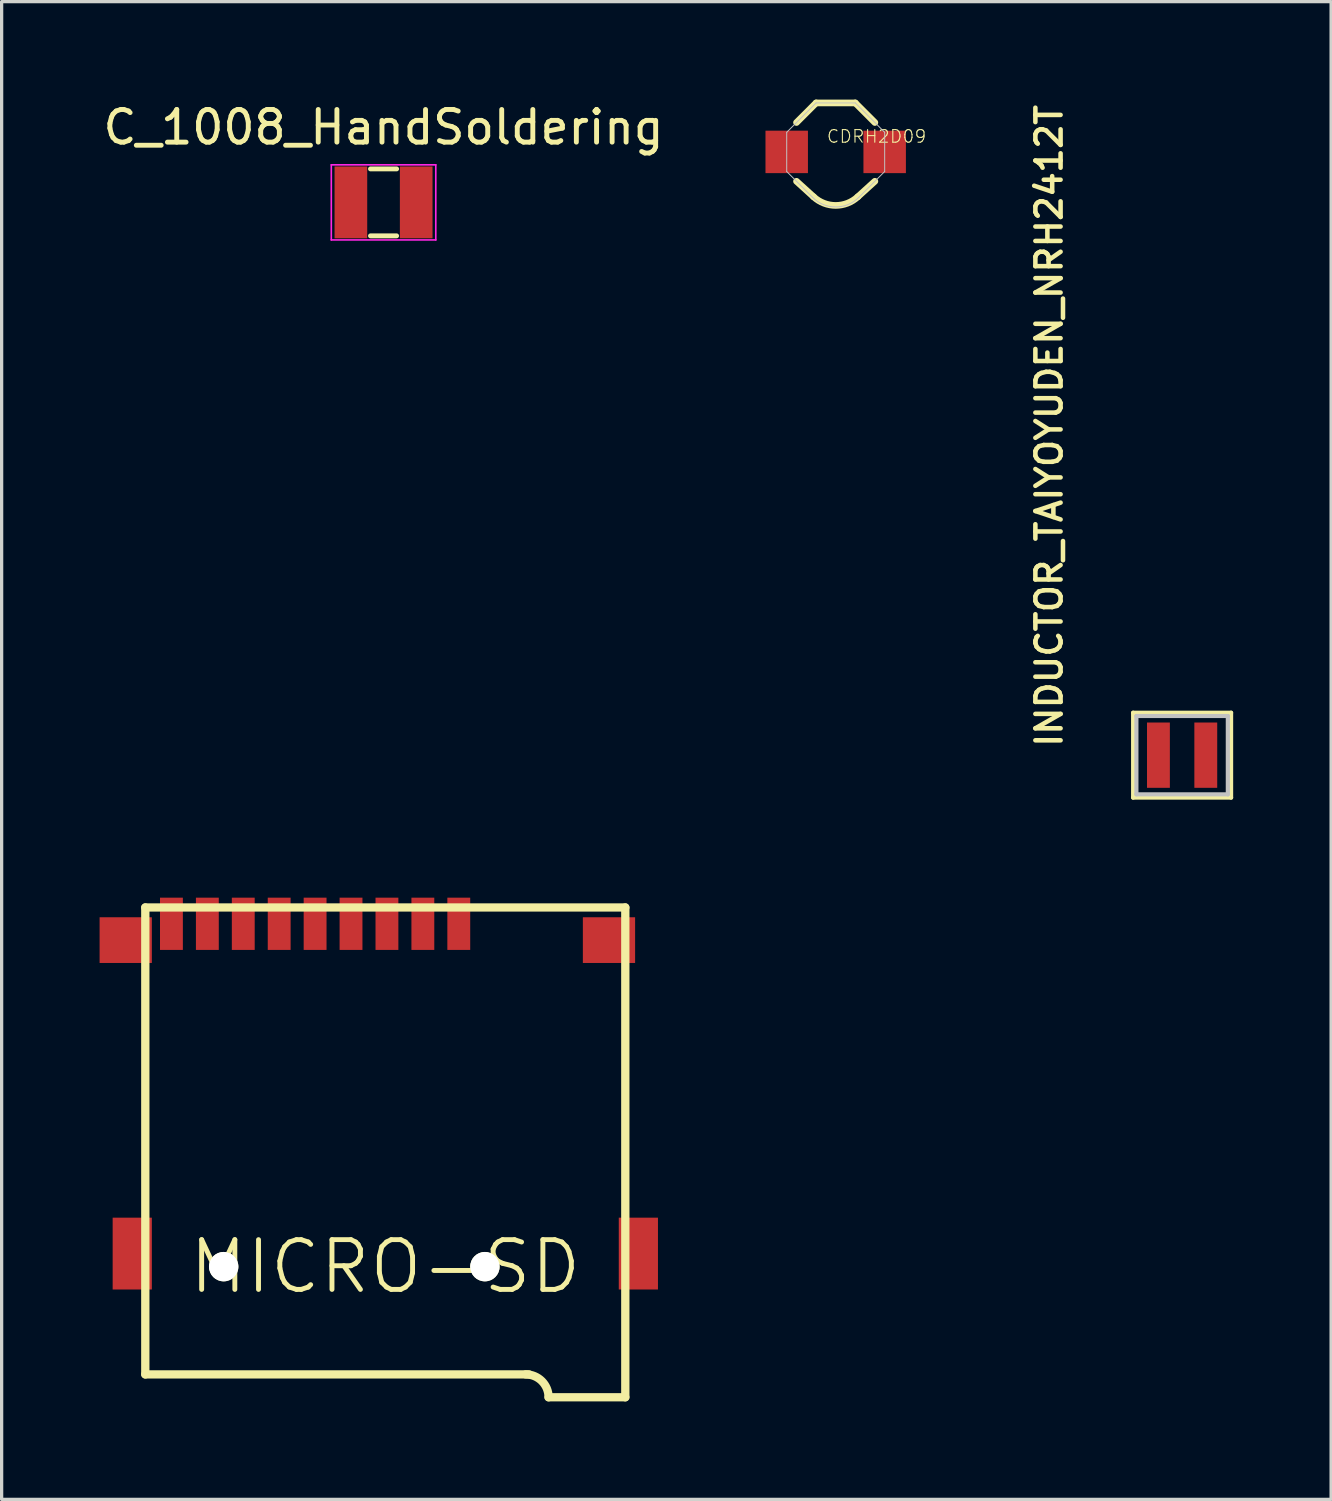
<source format=kicad_pcb>
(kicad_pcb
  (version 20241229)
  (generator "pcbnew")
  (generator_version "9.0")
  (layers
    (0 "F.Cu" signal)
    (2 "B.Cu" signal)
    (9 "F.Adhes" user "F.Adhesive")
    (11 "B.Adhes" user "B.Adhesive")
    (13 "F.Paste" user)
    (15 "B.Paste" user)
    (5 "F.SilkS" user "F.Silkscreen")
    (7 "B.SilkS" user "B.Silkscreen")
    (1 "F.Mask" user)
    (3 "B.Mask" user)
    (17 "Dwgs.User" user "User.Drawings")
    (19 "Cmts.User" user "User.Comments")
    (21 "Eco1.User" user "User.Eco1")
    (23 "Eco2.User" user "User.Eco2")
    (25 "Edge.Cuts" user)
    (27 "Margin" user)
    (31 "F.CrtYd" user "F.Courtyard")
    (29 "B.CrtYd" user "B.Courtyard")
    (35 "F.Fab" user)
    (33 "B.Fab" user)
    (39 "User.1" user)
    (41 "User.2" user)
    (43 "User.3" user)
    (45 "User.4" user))
  (footprint "INDUCTOR_TAIYOYUDEN_NRH2412T"
    (layer "F.Cu")
    (at 33.152 20.077)
    (property "Reference" "INDUCTOR_TAIYOYUDEN_NRH2412T" (at -3.62 -0.18 270) (layer "F.SilkS") (effects (font (size 0.772 0.772) (thickness 0.139)) (justify left bottom)))
    (attr through_hole)
    (fp_line (start -1.5 -1.3) (end 1.5 -1.3) (stroke (width 0.127) (type solid)) (layer "F.SilkS"))
    (fp_line (start -1.5 1.3) (end -1.5 -1.3) (stroke (width 0.127) (type solid)) (layer "F.SilkS"))
    (fp_line (start 1.5 -1.3) (end 1.5 1.3) (stroke (width 0.127) (type solid)) (layer "F.SilkS"))
    (fp_line (start 1.5 1.3) (end -1.5 1.3) (stroke (width 0.127) (type solid)) (layer "F.SilkS"))
    (fp_line (start -1.4 -1.2) (end 1.4 -1.2) (stroke (width 0.127) (type solid)) (layer "Dwgs.User"))
    (fp_line (start -1.4 1.2) (end -1.4 -1.2) (stroke (width 0.127) (type solid)) (layer "Dwgs.User"))
    (fp_line (start 1.4 -1.2) (end 1.4 1.2) (stroke (width 0.127) (type solid)) (layer "Dwgs.User"))
    (fp_line (start 1.4 1.2) (end -1.4 1.2) (stroke (width 0.127) (type solid)) (layer "Dwgs.User"))
    (pad "1" smd rect (at -0.725 0) (size 0.7 2) (layers "F.Cu" "F.Mask" "F.Paste"))
    (pad "2" smd rect (at 0.725 0) (size 0.7 2) (layers "F.Cu" "F.Mask" "F.Paste")))
  (footprint "MICRO-SD"
    (layer "F.Cu")
    (at 8.75 35.741)
    (property "Reference" "MICRO-SD" (at 0 0 0) (layer "F.SilkS") (effects (font (size 1.524 1.524) (thickness 0.15))))
    (attr through_hole)
    (fp_line (start -7.35 -11) (end 7.35 -11) (stroke (width 0.254) (type solid)) (layer "F.SilkS"))
    (fp_line (start -7.35 3.3) (end -7.35 -11) (stroke (width 0.254) (type solid)) (layer "F.SilkS"))
    (fp_line (start -7.35 3.3) (end 4.4 3.3) (stroke (width 0.254) (type solid)) (layer "F.SilkS"))
    (fp_line (start 7.35 -11) (end 7.35 4) (stroke (width 0.254) (type solid)) (layer "F.SilkS"))
    (fp_line (start 7.35 4) (end 5 4) (stroke (width 0.254) (type solid)) (layer "F.SilkS"))
    (fp_arc (start 4.3 3.3) (mid 4.794975 3.505025) (end 5 4) (stroke (width 0.254) (type solid)) (layer "F.SilkS"))
    (pad "" np_thru_hole circle (at -4.95 0) (size 0.9 0.9) (drill 0.9) (layers "*.Cu" "*.Mask" "F.SilkS"))
    (pad "" np_thru_hole circle (at 3.05 0) (size 0.9 0.9) (drill 0.9) (layers "*.Cu" "*.Mask" "F.SilkS"))
    (pad "1" smd rect (at 2.25 -10.5) (size 0.7 1.6) (layers "F.Cu" "F.Mask" "F.Paste"))
    (pad "2" smd rect (at 1.15 -10.5) (size 0.7 1.6) (layers "F.Cu" "F.Mask" "F.Paste"))
    (pad "3" smd rect (at 0.05 -10.5) (size 0.7 1.6) (layers "F.Cu" "F.Mask" "F.Paste"))
    (pad "4" smd rect (at -1.05 -10.5) (size 0.7 1.6) (layers "F.Cu" "F.Mask" "F.Paste"))
    (pad "5" smd rect (at -2.15 -10.5) (size 0.7 1.6) (layers "F.Cu" "F.Mask" "F.Paste"))
    (pad "6" smd rect (at -3.25 -10.5) (size 0.7 1.6) (layers "F.Cu" "F.Mask" "F.Paste"))
    (pad "7" smd rect (at -4.35 -10.5) (size 0.7 1.6) (layers "F.Cu" "F.Mask" "F.Paste"))
    (pad "8" smd rect (at -5.45 -10.5) (size 0.7 1.6) (layers "F.Cu" "F.Mask" "F.Paste"))
    (pad "CD" smd rect (at -6.55 -10.5) (size 0.7 1.6) (layers "F.Cu" "F.Mask" "F.Paste"))
    (pad "G" smd rect (at -7.95 -10) (size 1.6 1.4) (layers "F.Cu" "F.Mask" "F.Paste"))
    (pad "P$1" smd rect (at 7.75 -0.4) (size 1.2 2.2) (layers "F.Cu" "F.Mask" "F.Paste"))
    (pad "P$2" smd rect (at -7.75 -0.4) (size 1.2 2.2) (layers "F.Cu" "F.Mask" "F.Paste"))
    (pad "P$3" smd rect (at 6.85 -10) (size 1.6 1.4) (layers "F.Cu" "F.Mask" "F.Paste")))
  (footprint "C_1008_HandSoldering"
    (layer "F.Cu")
    (at 8.696 3.148)
    (property "Reference" "C_1008_HandSoldering" (at 0 -2.3 0) (layer "F.SilkS") (effects (font (size 1 1) (thickness 0.15))))
    (attr smd)
    (fp_line (start -0.4 1.025) (end 0.4 1.025) (stroke (width 0.15) (type solid)) (layer "F.SilkS"))
    (fp_line (start 0.4 -1.025) (end -0.4 -1.025) (stroke (width 0.15) (type solid)) (layer "F.SilkS"))
    (fp_line (start -1.6 -1.15) (end -1.6 1.15) (stroke (width 0.05) (type solid)) (layer "F.CrtYd"))
    (fp_line (start -1.6 -1.15) (end 1.6 -1.15) (stroke (width 0.05) (type solid)) (layer "F.CrtYd"))
    (fp_line (start -1.6 1.15) (end 1.6 1.15) (stroke (width 0.05) (type solid)) (layer "F.CrtYd"))
    (fp_line (start 1.6 -1.15) (end 1.6 1.15) (stroke (width 0.05) (type solid)) (layer "F.CrtYd"))
    (pad "1" smd rect (at -1 0) (size 1 2.2) (layers "F.Cu" "F.Mask" "F.Paste"))
    (pad "2" smd rect (at 1 0) (size 1 2.2) (layers "F.Cu" "F.Mask" "F.Paste")))
  (footprint "CDRH2D09"
    (layer "F.Cu")
    (at 22.543 1.602)
    (property "Reference" "CDRH2D09" (at 2.8 -0.7 0) (layer "F.SilkS") (effects (font (size 0.386 0.386) (thickness 0.033)) (justify right top)))
    (attr through_hole)
    (fp_line (start -1.2 -0.9) (end -0.6 -1.5) (stroke (width 0.203) (type solid)) (layer "F.SilkS"))
    (fp_line (start -1.2 0.9) (end -0.678 1.374) (stroke (width 0.203) (type solid)) (layer "F.SilkS"))
    (fp_line (start -0.6 -1.5) (end 0.6 -1.5) (stroke (width 0.203) (type solid)) (layer "F.SilkS"))
    (fp_line (start 0.6 -1.5) (end 1.2 -0.9) (stroke (width 0.203) (type solid)) (layer "F.SilkS"))
    (fp_line (start 0.678 1.374) (end 1.2 0.9) (stroke (width 0.203) (type solid)) (layer "F.SilkS"))
    (fp_arc (start 0.678301 1.373899) (mid 0.000001 1.639111) (end -0.6783 1.3739) (stroke (width 0.2032) (type solid)) (layer "F.SilkS"))
    (fp_line (start -1.5 -0.6) (end -1.5 0.6) (stroke (width 0.03) (type solid)) (layer "Dwgs.User"))
    (fp_line (start -1.5 0.6) (end -0.707 1.393) (stroke (width 0.03) (type solid)) (layer "Dwgs.User"))
    (fp_line (start -0.6 -1.5) (end -1.5 -0.6) (stroke (width 0.03) (type solid)) (layer "Dwgs.User"))
    (fp_line (start 0.6 -1.5) (end -0.6 -1.5) (stroke (width 0.03) (type solid)) (layer "Dwgs.User"))
    (fp_line (start 0.707 1.393) (end 1.5 0.6) (stroke (width 0.03) (type solid)) (layer "Dwgs.User"))
    (fp_line (start 1.5 -0.6) (end 0.6 -1.5) (stroke (width 0.03) (type solid)) (layer "Dwgs.User"))
    (fp_line (start 1.5 0.6) (end 1.5 -0.6) (stroke (width 0.03) (type solid)) (layer "Dwgs.User"))
    (fp_arc (start 0.707101 1.392899) (mid 0.000001 1.68579) (end -0.7071 1.3929) (stroke (width 0.03) (type solid)) (layer "Dwgs.User"))
    (pad "P$1" smd rect (at -1.5 0 90) (size 1.3 1.3) (layers "F.Cu" "F.Mask" "F.Paste"))
    (pad "P$2" smd rect (at 1.5 0 90) (size 1.3 1.3) (layers "F.Cu" "F.Mask" "F.Paste")))
  (gr_rect
    (start -3 -3)
    (end 37.715 42.868)
    (stroke (width 0.1) (type default))
    (fill no)
    (layer "Edge.Cuts")))
</source>
